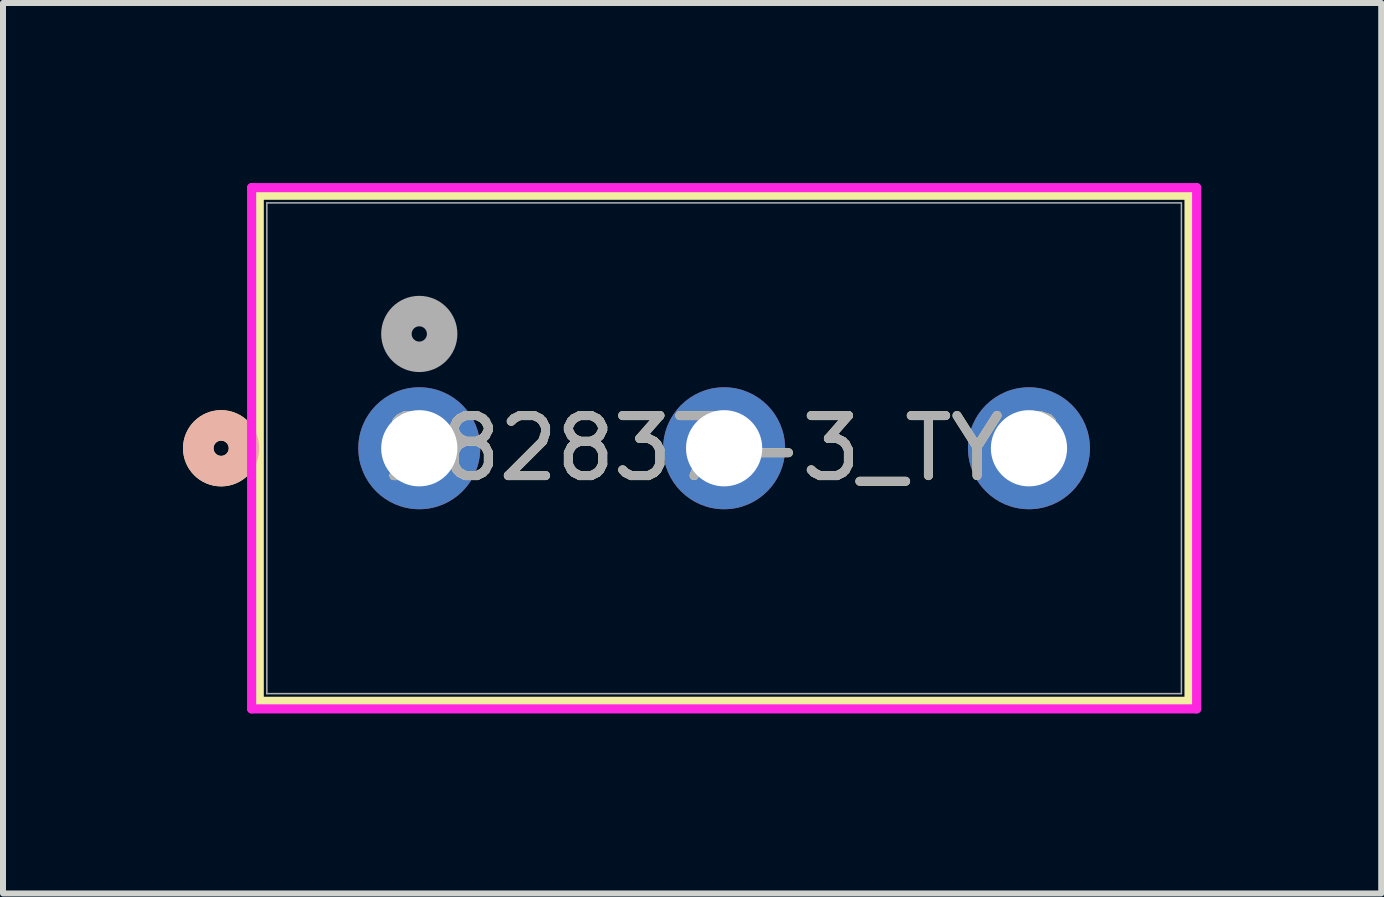
<source format=kicad_pcb>
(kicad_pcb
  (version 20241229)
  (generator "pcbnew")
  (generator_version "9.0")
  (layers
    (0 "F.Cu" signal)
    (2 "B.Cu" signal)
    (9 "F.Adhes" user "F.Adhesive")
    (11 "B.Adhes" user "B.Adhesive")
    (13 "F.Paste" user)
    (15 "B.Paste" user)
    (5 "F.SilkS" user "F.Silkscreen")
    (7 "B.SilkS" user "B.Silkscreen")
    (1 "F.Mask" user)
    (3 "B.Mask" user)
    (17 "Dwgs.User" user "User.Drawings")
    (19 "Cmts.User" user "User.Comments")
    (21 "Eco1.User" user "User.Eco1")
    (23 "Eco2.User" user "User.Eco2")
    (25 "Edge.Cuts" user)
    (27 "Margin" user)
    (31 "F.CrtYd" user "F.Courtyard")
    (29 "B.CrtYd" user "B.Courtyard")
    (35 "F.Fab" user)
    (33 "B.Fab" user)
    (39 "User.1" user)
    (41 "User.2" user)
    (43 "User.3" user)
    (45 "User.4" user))
  (footprint "282837-3_TYC"
    (layer "F.Cu")
    (at 3.937 4.42)
    (property "Reference" "282837-3_TYC" (at 5.08 0 0) (unlocked yes) (layer "F.SilkS") (effects (font (size 1 1) (thickness 0.15))))
    (attr through_hole)
    (fp_line (start -2.667 -4.216) (end -2.667 4.216) (stroke (width 0.152) (type solid)) (layer "F.SilkS"))
    (fp_line (start -2.667 4.216) (end 12.827 4.216) (stroke (width 0.152) (type solid)) (layer "F.SilkS"))
    (fp_line (start 12.827 -4.216) (end -2.667 -4.216) (stroke (width 0.152) (type solid)) (layer "F.SilkS"))
    (fp_line (start 12.827 4.216) (end 12.827 -4.216) (stroke (width 0.152) (type solid)) (layer "F.SilkS"))
    (fp_circle (center -3.302 0) (end -2.921 0) (stroke (width 0.508) (type solid)) (fill no) (layer "F.SilkS"))
    (fp_circle (center -3.302 0) (end -2.921 0) (stroke (width 0.508) (type solid)) (fill no) (layer "B.SilkS"))
    (fp_line (start -2.794 -4.343) (end -2.794 4.343) (stroke (width 0.152) (type solid)) (layer "F.CrtYd"))
    (fp_line (start -2.794 4.343) (end 12.954 4.343) (stroke (width 0.152) (type solid)) (layer "F.CrtYd"))
    (fp_line (start 12.954 -4.343) (end -2.794 -4.343) (stroke (width 0.152) (type solid)) (layer "F.CrtYd"))
    (fp_line (start 12.954 4.343) (end 12.954 -4.343) (stroke (width 0.152) (type solid)) (layer "F.CrtYd"))
    (fp_line (start -2.54 -4.089) (end -2.54 4.089) (stroke (width 0.025) (type solid)) (layer "F.Fab"))
    (fp_line (start -2.54 4.089) (end 12.7 4.089) (stroke (width 0.025) (type solid)) (layer "F.Fab"))
    (fp_line (start 12.7 -4.089) (end -2.54 -4.089) (stroke (width 0.025) (type solid)) (layer "F.Fab"))
    (fp_line (start 12.7 4.089) (end 12.7 -4.089) (stroke (width 0.025) (type solid)) (layer "F.Fab"))
    (fp_circle (center 0 -1.905) (end 0.381 -1.905) (stroke (width 0.508) (type solid)) (fill no) (layer "F.Fab"))
    (fp_text user "${REFERENCE}" (at 5.08 0 0) (unlocked yes) (layer "F.Fab") (effects (font (size 1 1) (thickness 0.15))))
    (pad "1" thru_hole circle (at 0 0) (size 2.032 2.032) (drill 1.27) (layers "*.Cu" "*.Mask"))
    (pad "2" thru_hole circle (at 5.08 0) (size 2.032 2.032) (drill 1.27) (layers "*.Cu" "*.Mask"))
    (pad "3" thru_hole circle (at 10.16 0) (size 2.032 2.032) (drill 1.27) (layers "*.Cu" "*.Mask")))
  (gr_rect
    (start -3 -3)
    (end 19.967 11.839)
    (stroke (width 0.1) (type default))
    (fill no)
    (layer "Edge.Cuts")))
</source>
